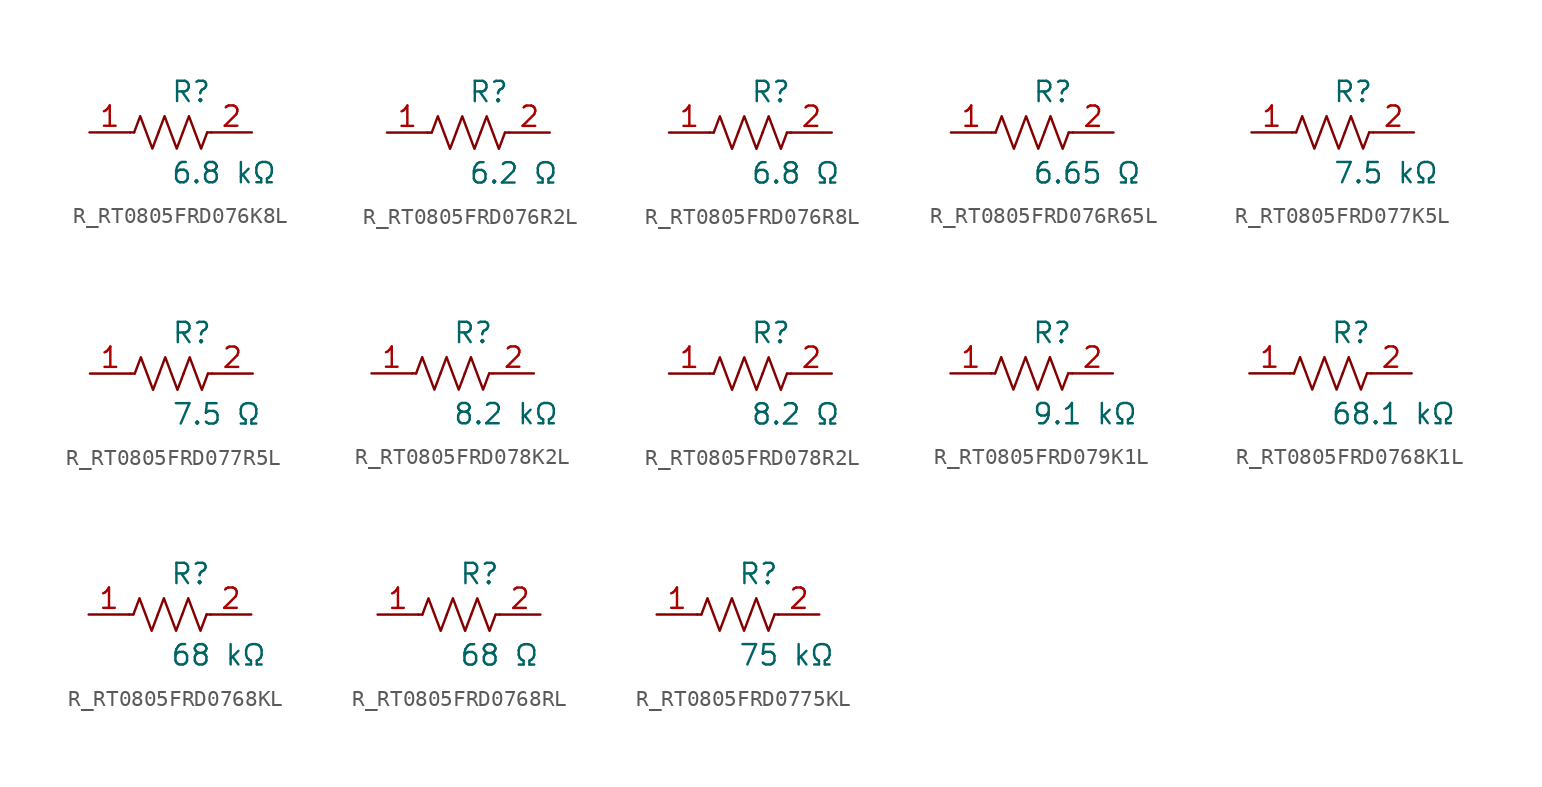
<source format=kicad_sym>
(kicad_symbol_lib
  (version 20231120)
  (generator kicad_symbol_editor)
  (generator_version 8.0)
  (symbol "R_RT0805FRD076K8L"
    (pin_names
      (offset 0.254))
    (property "Reference" "R"
      (at 0 2.54 0)
      (effects (font (size 1.27 1.27)) (justify left)))
    (property "Value" "6.8 kΩ"
      (at 0 -2.54 0)
      (effects (font (size 1.27 1.27)) (justify left)))
    (symbol "R_RT0805FRD076K8L_0_1"
      (polyline (pts (xy 2.286 0) (xy 2.54 0)) (stroke (width 0) (type default)) (fill (type none)))
      (polyline (pts (xy -2.286 0) (xy -2.54 0)) (stroke (width 0) (type default)) (fill (type none)))
      (polyline (pts (xy 0.762 0) (xy 1.143 1.016) (xy 1.524 0) (xy 1.905 -1.016) (xy 2.286 0)) (stroke (width 0) (type default)) (fill (type none)))
      (polyline (pts (xy -0.762 0) (xy -0.381 1.016) (xy 0 0) (xy 0.381 -1.016) (xy 0.762 0)) (stroke (width 0) (type default)) (fill (type none)))
      (polyline (pts (xy -2.286 0) (xy -1.905 1.016) (xy -1.524 0) (xy -1.143 -1.016) (xy -0.762 0)) (stroke (width 0) (type default)) (fill (type none))))
    (pin unspecified line
      (at -5.08 0 0)
      (length 2.54)
      (name "" (effects (font (size 1.27 1.27))))
      (number "1" (effects (font (size 1.27 1.27)))))
    (pin unspecified line
      (at 5.08 0 180)
      (length 2.54)
      (name "" (effects (font (size 1.27 1.27))))
      (number "2" (effects (font (size 1.27 1.27))))))
  (symbol "R_RT0805FRD076R2L"
    (pin_names
      (offset 0.254))
    (property "Reference" "R"
      (at 0 2.54 0)
      (effects (font (size 1.27 1.27)) (justify left)))
    (property "Value" "6.2 Ω"
      (at 0 -2.54 0)
      (effects (font (size 1.27 1.27)) (justify left)))
    (symbol "R_RT0805FRD076R2L_0_1"
      (polyline (pts (xy 2.286 0) (xy 2.54 0)) (stroke (width 0) (type default)) (fill (type none)))
      (polyline (pts (xy -2.286 0) (xy -2.54 0)) (stroke (width 0) (type default)) (fill (type none)))
      (polyline (pts (xy 0.762 0) (xy 1.143 1.016) (xy 1.524 0) (xy 1.905 -1.016) (xy 2.286 0)) (stroke (width 0) (type default)) (fill (type none)))
      (polyline (pts (xy -0.762 0) (xy -0.381 1.016) (xy 0 0) (xy 0.381 -1.016) (xy 0.762 0)) (stroke (width 0) (type default)) (fill (type none)))
      (polyline (pts (xy -2.286 0) (xy -1.905 1.016) (xy -1.524 0) (xy -1.143 -1.016) (xy -0.762 0)) (stroke (width 0) (type default)) (fill (type none))))
    (pin unspecified line
      (at -5.08 0 0)
      (length 2.54)
      (name "" (effects (font (size 1.27 1.27))))
      (number "1" (effects (font (size 1.27 1.27)))))
    (pin unspecified line
      (at 5.08 0 180)
      (length 2.54)
      (name "" (effects (font (size 1.27 1.27))))
      (number "2" (effects (font (size 1.27 1.27))))))
  (symbol "R_RT0805FRD076R8L"
    (pin_names
      (offset 0.254))
    (property "Reference" "R"
      (at 0 2.54 0)
      (effects (font (size 1.27 1.27)) (justify left)))
    (property "Value" "6.8 Ω"
      (at 0 -2.54 0)
      (effects (font (size 1.27 1.27)) (justify left)))
    (symbol "R_RT0805FRD076R8L_0_1"
      (polyline (pts (xy 2.286 0) (xy 2.54 0)) (stroke (width 0) (type default)) (fill (type none)))
      (polyline (pts (xy -2.286 0) (xy -2.54 0)) (stroke (width 0) (type default)) (fill (type none)))
      (polyline (pts (xy 0.762 0) (xy 1.143 1.016) (xy 1.524 0) (xy 1.905 -1.016) (xy 2.286 0)) (stroke (width 0) (type default)) (fill (type none)))
      (polyline (pts (xy -0.762 0) (xy -0.381 1.016) (xy 0 0) (xy 0.381 -1.016) (xy 0.762 0)) (stroke (width 0) (type default)) (fill (type none)))
      (polyline (pts (xy -2.286 0) (xy -1.905 1.016) (xy -1.524 0) (xy -1.143 -1.016) (xy -0.762 0)) (stroke (width 0) (type default)) (fill (type none))))
    (pin unspecified line
      (at -5.08 0 0)
      (length 2.54)
      (name "" (effects (font (size 1.27 1.27))))
      (number "1" (effects (font (size 1.27 1.27)))))
    (pin unspecified line
      (at 5.08 0 180)
      (length 2.54)
      (name "" (effects (font (size 1.27 1.27))))
      (number "2" (effects (font (size 1.27 1.27))))))
  (symbol "R_RT0805FRD076R65L"
    (pin_names
      (offset 0.254))
    (property "Reference" "R"
      (at 0 2.54 0)
      (effects (font (size 1.27 1.27)) (justify left)))
    (property "Value" "6.65 Ω"
      (at 0 -2.54 0)
      (effects (font (size 1.27 1.27)) (justify left)))
    (symbol "R_RT0805FRD076R65L_0_1"
      (polyline (pts (xy 2.286 0) (xy 2.54 0)) (stroke (width 0) (type default)) (fill (type none)))
      (polyline (pts (xy -2.286 0) (xy -2.54 0)) (stroke (width 0) (type default)) (fill (type none)))
      (polyline (pts (xy 0.762 0) (xy 1.143 1.016) (xy 1.524 0) (xy 1.905 -1.016) (xy 2.286 0)) (stroke (width 0) (type default)) (fill (type none)))
      (polyline (pts (xy -0.762 0) (xy -0.381 1.016) (xy 0 0) (xy 0.381 -1.016) (xy 0.762 0)) (stroke (width 0) (type default)) (fill (type none)))
      (polyline (pts (xy -2.286 0) (xy -1.905 1.016) (xy -1.524 0) (xy -1.143 -1.016) (xy -0.762 0)) (stroke (width 0) (type default)) (fill (type none))))
    (pin unspecified line
      (at -5.08 0 0)
      (length 2.54)
      (name "" (effects (font (size 1.27 1.27))))
      (number "1" (effects (font (size 1.27 1.27)))))
    (pin unspecified line
      (at 5.08 0 180)
      (length 2.54)
      (name "" (effects (font (size 1.27 1.27))))
      (number "2" (effects (font (size 1.27 1.27))))))
  (symbol "R_RT0805FRD077K5L"
    (pin_names
      (offset 0.254))
    (property "Reference" "R"
      (at 0 2.54 0)
      (effects (font (size 1.27 1.27)) (justify left)))
    (property "Value" "7.5 kΩ"
      (at 0 -2.54 0)
      (effects (font (size 1.27 1.27)) (justify left)))
    (symbol "R_RT0805FRD077K5L_0_1"
      (polyline (pts (xy 2.286 0) (xy 2.54 0)) (stroke (width 0) (type default)) (fill (type none)))
      (polyline (pts (xy -2.286 0) (xy -2.54 0)) (stroke (width 0) (type default)) (fill (type none)))
      (polyline (pts (xy 0.762 0) (xy 1.143 1.016) (xy 1.524 0) (xy 1.905 -1.016) (xy 2.286 0)) (stroke (width 0) (type default)) (fill (type none)))
      (polyline (pts (xy -0.762 0) (xy -0.381 1.016) (xy 0 0) (xy 0.381 -1.016) (xy 0.762 0)) (stroke (width 0) (type default)) (fill (type none)))
      (polyline (pts (xy -2.286 0) (xy -1.905 1.016) (xy -1.524 0) (xy -1.143 -1.016) (xy -0.762 0)) (stroke (width 0) (type default)) (fill (type none))))
    (pin unspecified line
      (at -5.08 0 0)
      (length 2.54)
      (name "" (effects (font (size 1.27 1.27))))
      (number "1" (effects (font (size 1.27 1.27)))))
    (pin unspecified line
      (at 5.08 0 180)
      (length 2.54)
      (name "" (effects (font (size 1.27 1.27))))
      (number "2" (effects (font (size 1.27 1.27))))))
  (symbol "R_RT0805FRD077R5L"
    (pin_names
      (offset 0.254))
    (property "Reference" "R"
      (at 0 2.54 0)
      (effects (font (size 1.27 1.27)) (justify left)))
    (property "Value" "7.5 Ω"
      (at 0 -2.54 0)
      (effects (font (size 1.27 1.27)) (justify left)))
    (symbol "R_RT0805FRD077R5L_0_1"
      (polyline (pts (xy 2.286 0) (xy 2.54 0)) (stroke (width 0) (type default)) (fill (type none)))
      (polyline (pts (xy -2.286 0) (xy -2.54 0)) (stroke (width 0) (type default)) (fill (type none)))
      (polyline (pts (xy 0.762 0) (xy 1.143 1.016) (xy 1.524 0) (xy 1.905 -1.016) (xy 2.286 0)) (stroke (width 0) (type default)) (fill (type none)))
      (polyline (pts (xy -0.762 0) (xy -0.381 1.016) (xy 0 0) (xy 0.381 -1.016) (xy 0.762 0)) (stroke (width 0) (type default)) (fill (type none)))
      (polyline (pts (xy -2.286 0) (xy -1.905 1.016) (xy -1.524 0) (xy -1.143 -1.016) (xy -0.762 0)) (stroke (width 0) (type default)) (fill (type none))))
    (pin unspecified line
      (at -5.08 0 0)
      (length 2.54)
      (name "" (effects (font (size 1.27 1.27))))
      (number "1" (effects (font (size 1.27 1.27)))))
    (pin unspecified line
      (at 5.08 0 180)
      (length 2.54)
      (name "" (effects (font (size 1.27 1.27))))
      (number "2" (effects (font (size 1.27 1.27))))))
  (symbol "R_RT0805FRD078K2L"
    (pin_names
      (offset 0.254))
    (property "Reference" "R"
      (at 0 2.54 0)
      (effects (font (size 1.27 1.27)) (justify left)))
    (property "Value" "8.2 kΩ"
      (at 0 -2.54 0)
      (effects (font (size 1.27 1.27)) (justify left)))
    (symbol "R_RT0805FRD078K2L_0_1"
      (polyline (pts (xy 2.286 0) (xy 2.54 0)) (stroke (width 0) (type default)) (fill (type none)))
      (polyline (pts (xy -2.286 0) (xy -2.54 0)) (stroke (width 0) (type default)) (fill (type none)))
      (polyline (pts (xy 0.762 0) (xy 1.143 1.016) (xy 1.524 0) (xy 1.905 -1.016) (xy 2.286 0)) (stroke (width 0) (type default)) (fill (type none)))
      (polyline (pts (xy -0.762 0) (xy -0.381 1.016) (xy 0 0) (xy 0.381 -1.016) (xy 0.762 0)) (stroke (width 0) (type default)) (fill (type none)))
      (polyline (pts (xy -2.286 0) (xy -1.905 1.016) (xy -1.524 0) (xy -1.143 -1.016) (xy -0.762 0)) (stroke (width 0) (type default)) (fill (type none))))
    (pin unspecified line
      (at -5.08 0 0)
      (length 2.54)
      (name "" (effects (font (size 1.27 1.27))))
      (number "1" (effects (font (size 1.27 1.27)))))
    (pin unspecified line
      (at 5.08 0 180)
      (length 2.54)
      (name "" (effects (font (size 1.27 1.27))))
      (number "2" (effects (font (size 1.27 1.27))))))
  (symbol "R_RT0805FRD078R2L"
    (pin_names
      (offset 0.254))
    (property "Reference" "R"
      (at 0 2.54 0)
      (effects (font (size 1.27 1.27)) (justify left)))
    (property "Value" "8.2 Ω"
      (at 0 -2.54 0)
      (effects (font (size 1.27 1.27)) (justify left)))
    (symbol "R_RT0805FRD078R2L_0_1"
      (polyline (pts (xy 2.286 0) (xy 2.54 0)) (stroke (width 0) (type default)) (fill (type none)))
      (polyline (pts (xy -2.286 0) (xy -2.54 0)) (stroke (width 0) (type default)) (fill (type none)))
      (polyline (pts (xy 0.762 0) (xy 1.143 1.016) (xy 1.524 0) (xy 1.905 -1.016) (xy 2.286 0)) (stroke (width 0) (type default)) (fill (type none)))
      (polyline (pts (xy -0.762 0) (xy -0.381 1.016) (xy 0 0) (xy 0.381 -1.016) (xy 0.762 0)) (stroke (width 0) (type default)) (fill (type none)))
      (polyline (pts (xy -2.286 0) (xy -1.905 1.016) (xy -1.524 0) (xy -1.143 -1.016) (xy -0.762 0)) (stroke (width 0) (type default)) (fill (type none))))
    (pin unspecified line
      (at -5.08 0 0)
      (length 2.54)
      (name "" (effects (font (size 1.27 1.27))))
      (number "1" (effects (font (size 1.27 1.27)))))
    (pin unspecified line
      (at 5.08 0 180)
      (length 2.54)
      (name "" (effects (font (size 1.27 1.27))))
      (number "2" (effects (font (size 1.27 1.27))))))
  (symbol "R_RT0805FRD079K1L"
    (pin_names
      (offset 0.254))
    (property "Reference" "R"
      (at 0 2.54 0)
      (effects (font (size 1.27 1.27)) (justify left)))
    (property "Value" "9.1 kΩ"
      (at 0 -2.54 0)
      (effects (font (size 1.27 1.27)) (justify left)))
    (symbol "R_RT0805FRD079K1L_0_1"
      (polyline (pts (xy 2.286 0) (xy 2.54 0)) (stroke (width 0) (type default)) (fill (type none)))
      (polyline (pts (xy -2.286 0) (xy -2.54 0)) (stroke (width 0) (type default)) (fill (type none)))
      (polyline (pts (xy 0.762 0) (xy 1.143 1.016) (xy 1.524 0) (xy 1.905 -1.016) (xy 2.286 0)) (stroke (width 0) (type default)) (fill (type none)))
      (polyline (pts (xy -0.762 0) (xy -0.381 1.016) (xy 0 0) (xy 0.381 -1.016) (xy 0.762 0)) (stroke (width 0) (type default)) (fill (type none)))
      (polyline (pts (xy -2.286 0) (xy -1.905 1.016) (xy -1.524 0) (xy -1.143 -1.016) (xy -0.762 0)) (stroke (width 0) (type default)) (fill (type none))))
    (pin unspecified line
      (at -5.08 0 0)
      (length 2.54)
      (name "" (effects (font (size 1.27 1.27))))
      (number "1" (effects (font (size 1.27 1.27)))))
    (pin unspecified line
      (at 5.08 0 180)
      (length 2.54)
      (name "" (effects (font (size 1.27 1.27))))
      (number "2" (effects (font (size 1.27 1.27))))))
  (symbol "R_RT0805FRD0768K1L"
    (pin_names
      (offset 0.254))
    (property "Reference" "R"
      (at 0 2.54 0)
      (effects (font (size 1.27 1.27)) (justify left)))
    (property "Value" "68.1 kΩ"
      (at 0 -2.54 0)
      (effects (font (size 1.27 1.27)) (justify left)))
    (symbol "R_RT0805FRD0768K1L_0_1"
      (polyline (pts (xy 2.286 0) (xy 2.54 0)) (stroke (width 0) (type default)) (fill (type none)))
      (polyline (pts (xy -2.286 0) (xy -2.54 0)) (stroke (width 0) (type default)) (fill (type none)))
      (polyline (pts (xy 0.762 0) (xy 1.143 1.016) (xy 1.524 0) (xy 1.905 -1.016) (xy 2.286 0)) (stroke (width 0) (type default)) (fill (type none)))
      (polyline (pts (xy -0.762 0) (xy -0.381 1.016) (xy 0 0) (xy 0.381 -1.016) (xy 0.762 0)) (stroke (width 0) (type default)) (fill (type none)))
      (polyline (pts (xy -2.286 0) (xy -1.905 1.016) (xy -1.524 0) (xy -1.143 -1.016) (xy -0.762 0)) (stroke (width 0) (type default)) (fill (type none))))
    (pin unspecified line
      (at -5.08 0 0)
      (length 2.54)
      (name "" (effects (font (size 1.27 1.27))))
      (number "1" (effects (font (size 1.27 1.27)))))
    (pin unspecified line
      (at 5.08 0 180)
      (length 2.54)
      (name "" (effects (font (size 1.27 1.27))))
      (number "2" (effects (font (size 1.27 1.27))))))
  (symbol "R_RT0805FRD0768KL"
    (pin_names
      (offset 0.254))
    (property "Reference" "R"
      (at 0 2.54 0)
      (effects (font (size 1.27 1.27)) (justify left)))
    (property "Value" "68 kΩ"
      (at 0 -2.54 0)
      (effects (font (size 1.27 1.27)) (justify left)))
    (symbol "R_RT0805FRD0768KL_0_1"
      (polyline (pts (xy 2.286 0) (xy 2.54 0)) (stroke (width 0) (type default)) (fill (type none)))
      (polyline (pts (xy -2.286 0) (xy -2.54 0)) (stroke (width 0) (type default)) (fill (type none)))
      (polyline (pts (xy 0.762 0) (xy 1.143 1.016) (xy 1.524 0) (xy 1.905 -1.016) (xy 2.286 0)) (stroke (width 0) (type default)) (fill (type none)))
      (polyline (pts (xy -0.762 0) (xy -0.381 1.016) (xy 0 0) (xy 0.381 -1.016) (xy 0.762 0)) (stroke (width 0) (type default)) (fill (type none)))
      (polyline (pts (xy -2.286 0) (xy -1.905 1.016) (xy -1.524 0) (xy -1.143 -1.016) (xy -0.762 0)) (stroke (width 0) (type default)) (fill (type none))))
    (pin unspecified line
      (at -5.08 0 0)
      (length 2.54)
      (name "" (effects (font (size 1.27 1.27))))
      (number "1" (effects (font (size 1.27 1.27)))))
    (pin unspecified line
      (at 5.08 0 180)
      (length 2.54)
      (name "" (effects (font (size 1.27 1.27))))
      (number "2" (effects (font (size 1.27 1.27))))))
  (symbol "R_RT0805FRD0768RL"
    (pin_names
      (offset 0.254))
    (property "Reference" "R"
      (at 0 2.54 0)
      (effects (font (size 1.27 1.27)) (justify left)))
    (property "Value" "68 Ω"
      (at 0 -2.54 0)
      (effects (font (size 1.27 1.27)) (justify left)))
    (symbol "R_RT0805FRD0768RL_0_1"
      (polyline (pts (xy 2.286 0) (xy 2.54 0)) (stroke (width 0) (type default)) (fill (type none)))
      (polyline (pts (xy -2.286 0) (xy -2.54 0)) (stroke (width 0) (type default)) (fill (type none)))
      (polyline (pts (xy 0.762 0) (xy 1.143 1.016) (xy 1.524 0) (xy 1.905 -1.016) (xy 2.286 0)) (stroke (width 0) (type default)) (fill (type none)))
      (polyline (pts (xy -0.762 0) (xy -0.381 1.016) (xy 0 0) (xy 0.381 -1.016) (xy 0.762 0)) (stroke (width 0) (type default)) (fill (type none)))
      (polyline (pts (xy -2.286 0) (xy -1.905 1.016) (xy -1.524 0) (xy -1.143 -1.016) (xy -0.762 0)) (stroke (width 0) (type default)) (fill (type none))))
    (pin unspecified line
      (at -5.08 0 0)
      (length 2.54)
      (name "" (effects (font (size 1.27 1.27))))
      (number "1" (effects (font (size 1.27 1.27)))))
    (pin unspecified line
      (at 5.08 0 180)
      (length 2.54)
      (name "" (effects (font (size 1.27 1.27))))
      (number "2" (effects (font (size 1.27 1.27))))))
  (symbol "R_RT0805FRD0775KL"
    (pin_names
      (offset 0.254))
    (property "Reference" "R"
      (at 0 2.54 0)
      (effects (font (size 1.27 1.27)) (justify left)))
    (property "Value" "75 kΩ"
      (at 0 -2.54 0)
      (effects (font (size 1.27 1.27)) (justify left)))
    (symbol "R_RT0805FRD0775KL_0_1"
      (polyline (pts (xy 2.286 0) (xy 2.54 0)) (stroke (width 0) (type default)) (fill (type none)))
      (polyline (pts (xy -2.286 0) (xy -2.54 0)) (stroke (width 0) (type default)) (fill (type none)))
      (polyline (pts (xy 0.762 0) (xy 1.143 1.016) (xy 1.524 0) (xy 1.905 -1.016) (xy 2.286 0)) (stroke (width 0) (type default)) (fill (type none)))
      (polyline (pts (xy -0.762 0) (xy -0.381 1.016) (xy 0 0) (xy 0.381 -1.016) (xy 0.762 0)) (stroke (width 0) (type default)) (fill (type none)))
      (polyline (pts (xy -2.286 0) (xy -1.905 1.016) (xy -1.524 0) (xy -1.143 -1.016) (xy -0.762 0)) (stroke (width 0) (type default)) (fill (type none))))
    (pin unspecified line
      (at -5.08 0 0)
      (length 2.54)
      (name "" (effects (font (size 1.27 1.27))))
      (number "1" (effects (font (size 1.27 1.27)))))
    (pin unspecified line
      (at 5.08 0 180)
      (length 2.54)
      (name "" (effects (font (size 1.27 1.27))))
      (number "2" (effects (font (size 1.27 1.27)))))))
</source>
